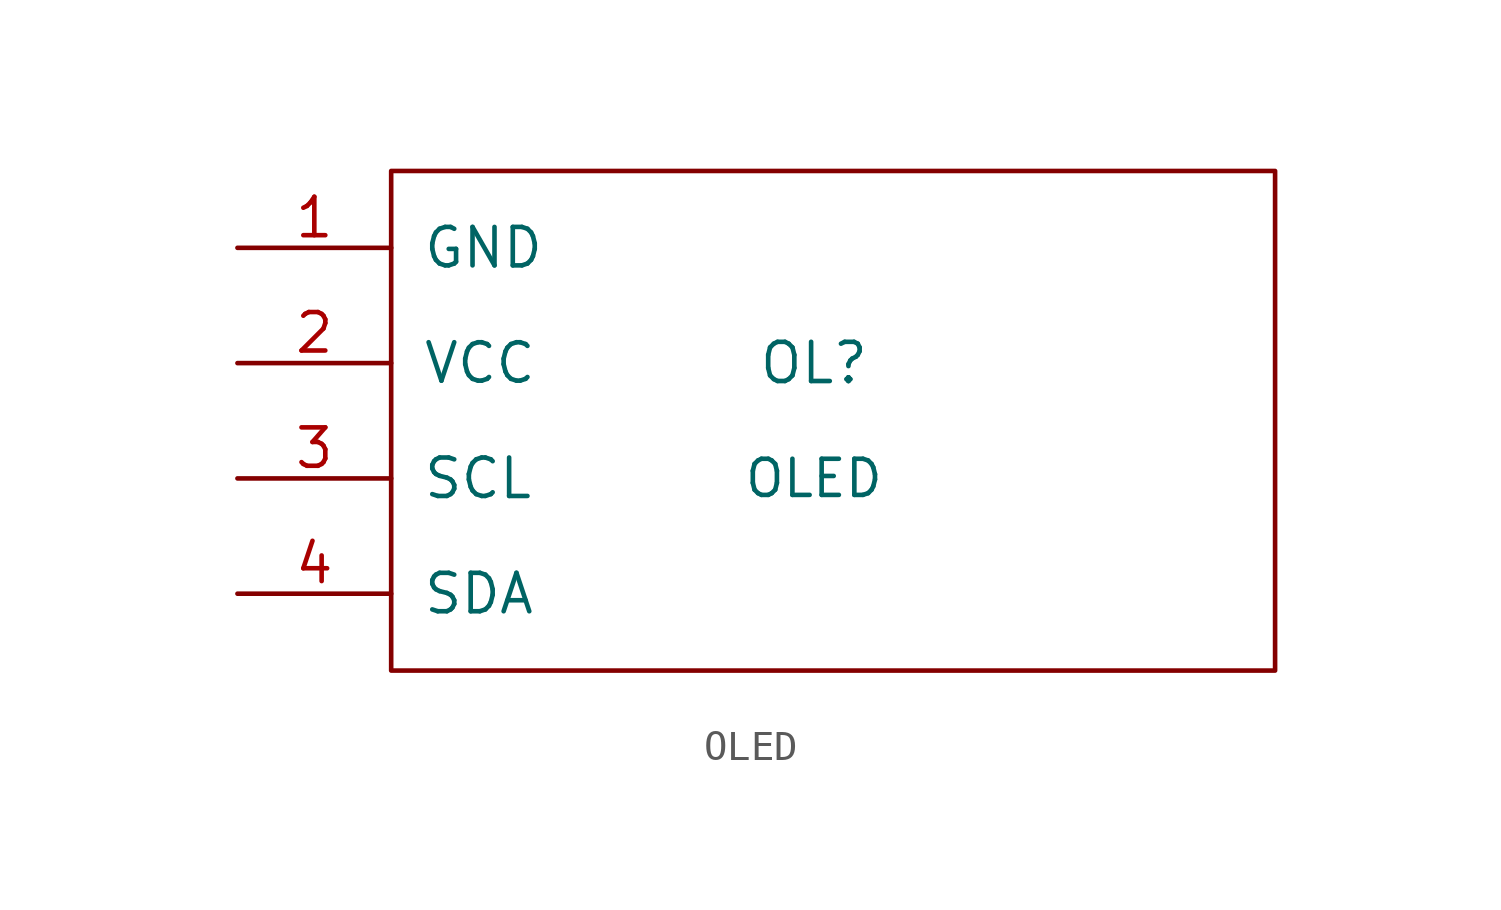
<source format=kicad_sym>
(kicad_symbol_lib
  (version 20220914)
  (generator kicad_symbol_editor)
  (symbol "OLED"
    (pin_names
      (offset 1.016))
    (property "Reference" "OL"
      (at 0 2.54 0)
      (effects (font (size 1.295 1.295))))
    (property "Value" "OLED"
      (at 0 -1.27 0)
      (effects (font (size 1.194 1.194))))
    (symbol "OLED_0_1"
      (rectangle (start -13.97 8.89) (end 15.24 -7.62) (stroke (width 0) (type solid)) (fill (type none))))
    (symbol "OLED_1_1"
      (pin bidirectional line (at -19.05 6.35 0) (length 5.08) (name "GND" (effects (font (size 1.27 1.27)))) (number "1" (effects (font (size 1.27 1.27)))))
      (pin bidirectional line (at -19.05 2.54 0) (length 5.08) (name "VCC" (effects (font (size 1.27 1.27)))) (number "2" (effects (font (size 1.27 1.27)))))
      (pin power_in line (at -19.05 -1.27 0) (length 5.08) (name "SCL" (effects (font (size 1.27 1.27)))) (number "3" (effects (font (size 1.27 1.27)))))
      (pin power_in line (at -19.05 -5.08 0) (length 5.08) (name "SDA" (effects (font (size 1.27 1.27)))) (number "4" (effects (font (size 1.27 1.27))))))))
</source>
